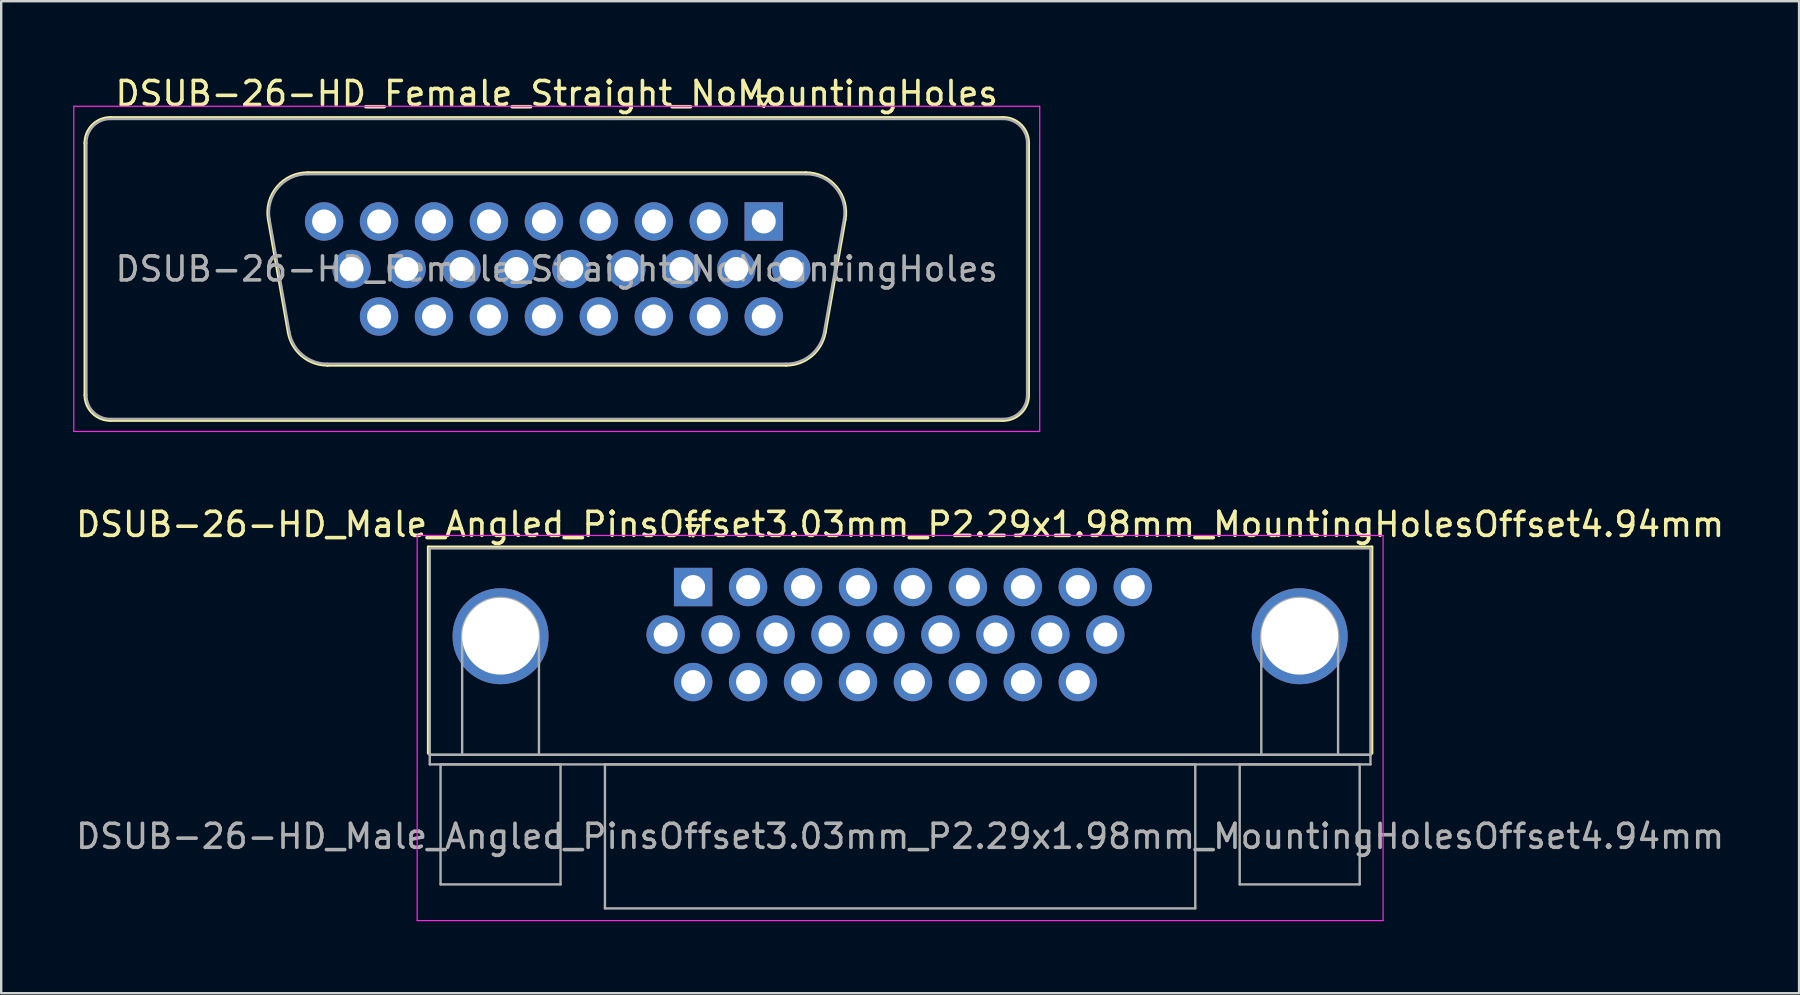
<source format=kicad_pcb>
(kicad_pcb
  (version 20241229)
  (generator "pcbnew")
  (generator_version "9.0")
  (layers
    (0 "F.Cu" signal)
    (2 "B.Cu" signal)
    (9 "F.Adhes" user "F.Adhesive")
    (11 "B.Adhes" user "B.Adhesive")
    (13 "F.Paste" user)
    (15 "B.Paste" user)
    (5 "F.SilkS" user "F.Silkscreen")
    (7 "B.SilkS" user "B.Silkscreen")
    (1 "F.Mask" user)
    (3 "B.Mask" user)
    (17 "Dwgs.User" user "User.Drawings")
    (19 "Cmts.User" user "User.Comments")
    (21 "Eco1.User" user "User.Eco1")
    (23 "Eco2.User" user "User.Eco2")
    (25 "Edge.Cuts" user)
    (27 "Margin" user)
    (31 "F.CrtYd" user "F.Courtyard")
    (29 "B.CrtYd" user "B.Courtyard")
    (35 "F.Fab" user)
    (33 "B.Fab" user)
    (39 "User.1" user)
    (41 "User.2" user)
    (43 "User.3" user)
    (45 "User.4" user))
  (footprint "DSUB-26-HD_Female_Straight_NoMountingHoles"
    (layer "F.Cu")
    (at 28.775 6.178)
    (property "Reference" "DSUB-26-HD_Female_Straight_NoMountingHoles" (at -8.625 -5.33 0) (layer "F.SilkS") (effects (font (size 1 1) (thickness 0.15))))
    (attr through_hole)
    (fp_line (start -28.285 7.23) (end -28.285 -3.27) (stroke (width 0.12) (type solid)) (layer "F.SilkS"))
    (fp_line (start -27.225 -4.33) (end 9.975 -4.33) (stroke (width 0.12) (type solid)) (layer "F.SilkS"))
    (fp_line (start -20.641 -0.082) (end -19.813 4.618) (stroke (width 0.12) (type solid)) (layer "F.SilkS"))
    (fp_line (start -19.007 -2.03) (end 1.757 -2.03) (stroke (width 0.12) (type solid)) (layer "F.SilkS"))
    (fp_line (start -18.178 5.99) (end 0.928 5.99) (stroke (width 0.12) (type solid)) (layer "F.SilkS"))
    (fp_line (start -0.25 -5.224) (end 0.25 -5.224) (stroke (width 0.12) (type solid)) (layer "F.SilkS"))
    (fp_line (start 0 -4.791) (end -0.25 -5.224) (stroke (width 0.12) (type solid)) (layer "F.SilkS"))
    (fp_line (start 0.25 -5.224) (end 0 -4.791) (stroke (width 0.12) (type solid)) (layer "F.SilkS"))
    (fp_line (start 3.391 -0.082) (end 2.563 4.618) (stroke (width 0.12) (type solid)) (layer "F.SilkS"))
    (fp_line (start 9.975 8.29) (end -27.225 8.29) (stroke (width 0.12) (type solid)) (layer "F.SilkS"))
    (fp_line (start 11.035 -3.27) (end 11.035 7.23) (stroke (width 0.12) (type solid)) (layer "F.SilkS"))
    (fp_arc (start -28.285 -3.27) (mid -27.974533 -4.019533) (end -27.225 -4.33) (stroke (width 0.12) (type solid)) (layer "F.SilkS"))
    (fp_arc (start -27.225 8.29) (mid -27.974533 7.979533) (end -28.285 7.23) (stroke (width 0.12) (type solid)) (layer "F.SilkS"))
    (fp_arc (start -20.64147 -0.081744) (mid -20.278323 -1.437028) (end -19.006689 -2.03) (stroke (width 0.12) (type solid)) (layer "F.SilkS"))
    (fp_arc (start -18.177952 5.99) (mid -19.244979 5.601634) (end -19.812733 4.618256) (stroke (width 0.12) (type solid)) (layer "F.SilkS"))
    (fp_arc (start 1.756689 -2.03) (mid 3.028323 -1.437027) (end 3.39147 -0.081744) (stroke (width 0.12) (type solid)) (layer "F.SilkS"))
    (fp_arc (start 2.562733 4.618256) (mid 1.99498 5.601634) (end 0.927952 5.99) (stroke (width 0.12) (type solid)) (layer "F.SilkS"))
    (fp_arc (start 9.975 -4.33) (mid 10.724533 -4.019533) (end 11.035 -3.27) (stroke (width 0.12) (type solid)) (layer "F.SilkS"))
    (fp_arc (start 11.035 7.23) (mid 10.724533 7.979533) (end 9.975 8.29) (stroke (width 0.12) (type solid)) (layer "F.SilkS"))
    (fp_line (start -28.75 -4.8) (end -28.75 8.75) (stroke (width 0.05) (type solid)) (layer "F.CrtYd"))
    (fp_line (start -28.75 8.75) (end 11.5 8.75) (stroke (width 0.05) (type solid)) (layer "F.CrtYd"))
    (fp_line (start 11.5 -4.8) (end -28.75 -4.8) (stroke (width 0.05) (type solid)) (layer "F.CrtYd"))
    (fp_line (start 11.5 8.75) (end 11.5 -4.8) (stroke (width 0.05) (type solid)) (layer "F.CrtYd"))
    (fp_line (start -28.225 7.23) (end -28.225 -3.27) (stroke (width 0.1) (type solid)) (layer "F.Fab"))
    (fp_line (start -27.225 -4.27) (end 9.975 -4.27) (stroke (width 0.1) (type solid)) (layer "F.Fab"))
    (fp_line (start -20.594 -0.092) (end -19.765 4.608) (stroke (width 0.1) (type solid)) (layer "F.Fab"))
    (fp_line (start -19.018 -1.97) (end 1.768 -1.97) (stroke (width 0.1) (type solid)) (layer "F.Fab"))
    (fp_line (start -18.189 5.93) (end 0.939 5.93) (stroke (width 0.1) (type solid)) (layer "F.Fab"))
    (fp_line (start 3.344 -0.092) (end 2.515 4.608) (stroke (width 0.1) (type solid)) (layer "F.Fab"))
    (fp_line (start 9.975 8.23) (end -27.225 8.23) (stroke (width 0.1) (type solid)) (layer "F.Fab"))
    (fp_line (start 10.975 -3.27) (end 10.975 7.23) (stroke (width 0.1) (type solid)) (layer "F.Fab"))
    (fp_arc (start -28.225 -3.27) (mid -27.932107 -3.977107) (end -27.225 -4.27) (stroke (width 0.1) (type solid)) (layer "F.Fab"))
    (fp_arc (start -27.225 8.23) (mid -27.932107 7.937107) (end -28.225 7.23) (stroke (width 0.1) (type solid)) (layer "F.Fab"))
    (fp_arc (start -20.593886 -0.092163) (mid -20.243865 -1.39846) (end -19.018194 -1.97) (stroke (width 0.1) (type solid)) (layer "F.Fab"))
    (fp_arc (start -18.189457 5.93) (mid -19.217917 5.555671) (end -19.765149 4.607837) (stroke (width 0.1) (type solid)) (layer "F.Fab"))
    (fp_arc (start 1.768194 -1.97) (mid 2.993865 -1.39846) (end 3.343886 -0.092163) (stroke (width 0.1) (type solid)) (layer "F.Fab"))
    (fp_arc (start 2.515149 4.607837) (mid 1.967917 5.555671) (end 0.939457 5.93) (stroke (width 0.1) (type solid)) (layer "F.Fab"))
    (fp_arc (start 9.975 -4.27) (mid 10.682107 -3.977107) (end 10.975 -3.27) (stroke (width 0.1) (type solid)) (layer "F.Fab"))
    (fp_arc (start 10.975 7.23) (mid 10.682107 7.937107) (end 9.975 8.23) (stroke (width 0.1) (type solid)) (layer "F.Fab"))
    (fp_text user "${REFERENCE}" (at -8.625 1.98 0) (layer "F.Fab") (effects (font (size 1 1) (thickness 0.15))))
    (pad "1" thru_hole rect (at 0 0) (size 1.6 1.6) (drill 1) (layers "*.Cu" "*.Mask"))
    (pad "2" thru_hole circle (at -2.29 0) (size 1.6 1.6) (drill 1) (layers "*.Cu" "*.Mask"))
    (pad "3" thru_hole circle (at -4.58 0) (size 1.6 1.6) (drill 1) (layers "*.Cu" "*.Mask"))
    (pad "4" thru_hole circle (at -6.87 0) (size 1.6 1.6) (drill 1) (layers "*.Cu" "*.Mask"))
    (pad "5" thru_hole circle (at -9.16 0) (size 1.6 1.6) (drill 1) (layers "*.Cu" "*.Mask"))
    (pad "6" thru_hole circle (at -11.45 0) (size 1.6 1.6) (drill 1) (layers "*.Cu" "*.Mask"))
    (pad "7" thru_hole circle (at -13.74 0) (size 1.6 1.6) (drill 1) (layers "*.Cu" "*.Mask"))
    (pad "8" thru_hole circle (at -16.03 0) (size 1.6 1.6) (drill 1) (layers "*.Cu" "*.Mask"))
    (pad "9" thru_hole circle (at -18.32 0) (size 1.6 1.6) (drill 1) (layers "*.Cu" "*.Mask"))
    (pad "10" thru_hole circle (at 1.145 1.98) (size 1.6 1.6) (drill 1) (layers "*.Cu" "*.Mask"))
    (pad "11" thru_hole circle (at -1.145 1.98) (size 1.6 1.6) (drill 1) (layers "*.Cu" "*.Mask"))
    (pad "12" thru_hole circle (at -3.435 1.98) (size 1.6 1.6) (drill 1) (layers "*.Cu" "*.Mask"))
    (pad "13" thru_hole circle (at -5.725 1.98) (size 1.6 1.6) (drill 1) (layers "*.Cu" "*.Mask"))
    (pad "14" thru_hole circle (at -8.015 1.98) (size 1.6 1.6) (drill 1) (layers "*.Cu" "*.Mask"))
    (pad "15" thru_hole circle (at -10.305 1.98) (size 1.6 1.6) (drill 1) (layers "*.Cu" "*.Mask"))
    (pad "16" thru_hole circle (at -12.595 1.98) (size 1.6 1.6) (drill 1) (layers "*.Cu" "*.Mask"))
    (pad "17" thru_hole circle (at -14.885 1.98) (size 1.6 1.6) (drill 1) (layers "*.Cu" "*.Mask"))
    (pad "18" thru_hole circle (at -17.175 1.98) (size 1.6 1.6) (drill 1) (layers "*.Cu" "*.Mask"))
    (pad "19" thru_hole circle (at 0 3.96) (size 1.6 1.6) (drill 1) (layers "*.Cu" "*.Mask"))
    (pad "20" thru_hole circle (at -2.29 3.96) (size 1.6 1.6) (drill 1) (layers "*.Cu" "*.Mask"))
    (pad "21" thru_hole circle (at -4.58 3.96) (size 1.6 1.6) (drill 1) (layers "*.Cu" "*.Mask"))
    (pad "22" thru_hole circle (at -6.87 3.96) (size 1.6 1.6) (drill 1) (layers "*.Cu" "*.Mask"))
    (pad "23" thru_hole circle (at -9.16 3.96) (size 1.6 1.6) (drill 1) (layers "*.Cu" "*.Mask"))
    (pad "24" thru_hole circle (at -11.45 3.96) (size 1.6 1.6) (drill 1) (layers "*.Cu" "*.Mask"))
    (pad "25" thru_hole circle (at -13.74 3.96) (size 1.6 1.6) (drill 1) (layers "*.Cu" "*.Mask"))
    (pad "26" thru_hole circle (at -16.03 3.96) (size 1.6 1.6) (drill 1) (layers "*.Cu" "*.Mask")))
  (footprint "DSUB-26-HD_Male_Angled_PinsOffset3.03mm_P2.29x1.98mm_MountingHolesOffset4.94mm"
    (layer "F.Cu")
    (at 25.833 21.412)
    (property "Reference" "DSUB-26-HD_Male_Angled_PinsOffset3.03mm_P2.29x1.98mm_MountingHolesOffset4.94mm" (at 8.625 -2.61 0) (layer "F.SilkS") (effects (font (size 1 1) (thickness 0.15))))
    (attr through_hole)
    (fp_line (start -11.035 -1.67) (end 28.285 -1.67) (stroke (width 0.12) (type solid)) (layer "F.SilkS"))
    (fp_line (start -11.035 6.93) (end -11.035 -1.67) (stroke (width 0.12) (type solid)) (layer "F.SilkS"))
    (fp_line (start -0.25 -2.564) (end 0.25 -2.564) (stroke (width 0.12) (type solid)) (layer "F.SilkS"))
    (fp_line (start 0 -2.131) (end -0.25 -2.564) (stroke (width 0.12) (type solid)) (layer "F.SilkS"))
    (fp_line (start 0.25 -2.564) (end 0 -2.131) (stroke (width 0.12) (type solid)) (layer "F.SilkS"))
    (fp_line (start 28.285 -1.67) (end 28.285 6.93) (stroke (width 0.12) (type solid)) (layer "F.SilkS"))
    (fp_line (start -11.5 -2.15) (end -11.5 13.9) (stroke (width 0.05) (type solid)) (layer "F.CrtYd"))
    (fp_line (start -11.5 13.9) (end 28.75 13.9) (stroke (width 0.05) (type solid)) (layer "F.CrtYd"))
    (fp_line (start 28.75 -2.15) (end -11.5 -2.15) (stroke (width 0.05) (type solid)) (layer "F.CrtYd"))
    (fp_line (start 28.75 13.9) (end 28.75 -2.15) (stroke (width 0.05) (type solid)) (layer "F.CrtYd"))
    (fp_line (start -10.975 -1.61) (end -10.975 6.99) (stroke (width 0.1) (type solid)) (layer "F.Fab"))
    (fp_line (start -10.975 6.99) (end -10.975 7.39) (stroke (width 0.1) (type solid)) (layer "F.Fab"))
    (fp_line (start -10.975 6.99) (end 28.225 6.99) (stroke (width 0.1) (type solid)) (layer "F.Fab"))
    (fp_line (start -10.975 7.39) (end 28.225 7.39) (stroke (width 0.1) (type solid)) (layer "F.Fab"))
    (fp_line (start -10.525 7.39) (end -10.525 12.39) (stroke (width 0.1) (type solid)) (layer "F.Fab"))
    (fp_line (start -10.525 12.39) (end -5.525 12.39) (stroke (width 0.1) (type solid)) (layer "F.Fab"))
    (fp_line (start -9.625 6.99) (end -9.625 2.05) (stroke (width 0.1) (type solid)) (layer "F.Fab"))
    (fp_line (start -6.425 6.99) (end -6.425 2.05) (stroke (width 0.1) (type solid)) (layer "F.Fab"))
    (fp_line (start -5.525 7.39) (end -10.525 7.39) (stroke (width 0.1) (type solid)) (layer "F.Fab"))
    (fp_line (start -5.525 12.39) (end -5.525 7.39) (stroke (width 0.1) (type solid)) (layer "F.Fab"))
    (fp_line (start -3.675 7.39) (end -3.675 13.39) (stroke (width 0.1) (type solid)) (layer "F.Fab"))
    (fp_line (start -3.675 13.39) (end 20.925 13.39) (stroke (width 0.1) (type solid)) (layer "F.Fab"))
    (fp_line (start 20.925 7.39) (end -3.675 7.39) (stroke (width 0.1) (type solid)) (layer "F.Fab"))
    (fp_line (start 20.925 13.39) (end 20.925 7.39) (stroke (width 0.1) (type solid)) (layer "F.Fab"))
    (fp_line (start 22.775 7.39) (end 22.775 12.39) (stroke (width 0.1) (type solid)) (layer "F.Fab"))
    (fp_line (start 22.775 12.39) (end 27.775 12.39) (stroke (width 0.1) (type solid)) (layer "F.Fab"))
    (fp_line (start 23.675 6.99) (end 23.675 2.05) (stroke (width 0.1) (type solid)) (layer "F.Fab"))
    (fp_line (start 26.875 6.99) (end 26.875 2.05) (stroke (width 0.1) (type solid)) (layer "F.Fab"))
    (fp_line (start 27.775 7.39) (end 22.775 7.39) (stroke (width 0.1) (type solid)) (layer "F.Fab"))
    (fp_line (start 27.775 12.39) (end 27.775 7.39) (stroke (width 0.1) (type solid)) (layer "F.Fab"))
    (fp_line (start 28.225 -1.61) (end -10.975 -1.61) (stroke (width 0.1) (type solid)) (layer "F.Fab"))
    (fp_line (start 28.225 6.99) (end -10.975 6.99) (stroke (width 0.1) (type solid)) (layer "F.Fab"))
    (fp_line (start 28.225 6.99) (end 28.225 -1.61) (stroke (width 0.1) (type solid)) (layer "F.Fab"))
    (fp_line (start 28.225 7.39) (end 28.225 6.99) (stroke (width 0.1) (type solid)) (layer "F.Fab"))
    (fp_arc (start -9.625 2.05) (mid -8.025 0.45) (end -6.425 2.05) (stroke (width 0.1) (type solid)) (layer "F.Fab"))
    (fp_arc (start 23.675 2.05) (mid 25.275 0.45) (end 26.875 2.05) (stroke (width 0.1) (type solid)) (layer "F.Fab"))
    (fp_text user "${REFERENCE}" (at 8.625 10.39 0) (layer "F.Fab") (effects (font (size 1 1) (thickness 0.15))))
    (pad "0" thru_hole circle (at -8.025 2.05) (size 4 4) (drill 3.2) (layers "*.Cu" "*.Mask"))
    (pad "0" thru_hole circle (at 25.275 2.05) (size 4 4) (drill 3.2) (layers "*.Cu" "*.Mask"))
    (pad "1" thru_hole rect (at 0 0) (size 1.6 1.6) (drill 1) (layers "*.Cu" "*.Mask"))
    (pad "2" thru_hole circle (at 2.29 0) (size 1.6 1.6) (drill 1) (layers "*.Cu" "*.Mask"))
    (pad "3" thru_hole circle (at 4.58 0) (size 1.6 1.6) (drill 1) (layers "*.Cu" "*.Mask"))
    (pad "4" thru_hole circle (at 6.87 0) (size 1.6 1.6) (drill 1) (layers "*.Cu" "*.Mask"))
    (pad "5" thru_hole circle (at 9.16 0) (size 1.6 1.6) (drill 1) (layers "*.Cu" "*.Mask"))
    (pad "6" thru_hole circle (at 11.45 0) (size 1.6 1.6) (drill 1) (layers "*.Cu" "*.Mask"))
    (pad "7" thru_hole circle (at 13.74 0) (size 1.6 1.6) (drill 1) (layers "*.Cu" "*.Mask"))
    (pad "8" thru_hole circle (at 16.03 0) (size 1.6 1.6) (drill 1) (layers "*.Cu" "*.Mask"))
    (pad "9" thru_hole circle (at 18.32 0) (size 1.6 1.6) (drill 1) (layers "*.Cu" "*.Mask"))
    (pad "10" thru_hole circle (at -1.145 1.98) (size 1.6 1.6) (drill 1) (layers "*.Cu" "*.Mask"))
    (pad "11" thru_hole circle (at 1.145 1.98) (size 1.6 1.6) (drill 1) (layers "*.Cu" "*.Mask"))
    (pad "12" thru_hole circle (at 3.435 1.98) (size 1.6 1.6) (drill 1) (layers "*.Cu" "*.Mask"))
    (pad "13" thru_hole circle (at 5.725 1.98) (size 1.6 1.6) (drill 1) (layers "*.Cu" "*.Mask"))
    (pad "14" thru_hole circle (at 8.015 1.98) (size 1.6 1.6) (drill 1) (layers "*.Cu" "*.Mask"))
    (pad "15" thru_hole circle (at 10.305 1.98) (size 1.6 1.6) (drill 1) (layers "*.Cu" "*.Mask"))
    (pad "16" thru_hole circle (at 12.595 1.98) (size 1.6 1.6) (drill 1) (layers "*.Cu" "*.Mask"))
    (pad "17" thru_hole circle (at 14.885 1.98) (size 1.6 1.6) (drill 1) (layers "*.Cu" "*.Mask"))
    (pad "18" thru_hole circle (at 17.175 1.98) (size 1.6 1.6) (drill 1) (layers "*.Cu" "*.Mask"))
    (pad "19" thru_hole circle (at 0 3.96) (size 1.6 1.6) (drill 1) (layers "*.Cu" "*.Mask"))
    (pad "20" thru_hole circle (at 2.29 3.96) (size 1.6 1.6) (drill 1) (layers "*.Cu" "*.Mask"))
    (pad "21" thru_hole circle (at 4.58 3.96) (size 1.6 1.6) (drill 1) (layers "*.Cu" "*.Mask"))
    (pad "22" thru_hole circle (at 6.87 3.96) (size 1.6 1.6) (drill 1) (layers "*.Cu" "*.Mask"))
    (pad "23" thru_hole circle (at 9.16 3.96) (size 1.6 1.6) (drill 1) (layers "*.Cu" "*.Mask"))
    (pad "24" thru_hole circle (at 11.45 3.96) (size 1.6 1.6) (drill 1) (layers "*.Cu" "*.Mask"))
    (pad "25" thru_hole circle (at 13.74 3.96) (size 1.6 1.6) (drill 1) (layers "*.Cu" "*.Mask"))
    (pad "26" thru_hole circle (at 16.03 3.96) (size 1.6 1.6) (drill 1) (layers "*.Cu" "*.Mask")))
  (gr_rect
    (start -3 -3)
    (end 71.917 38.337)
    (stroke (width 0.1) (type default))
    (fill no)
    (layer "Edge.Cuts")))
</source>
